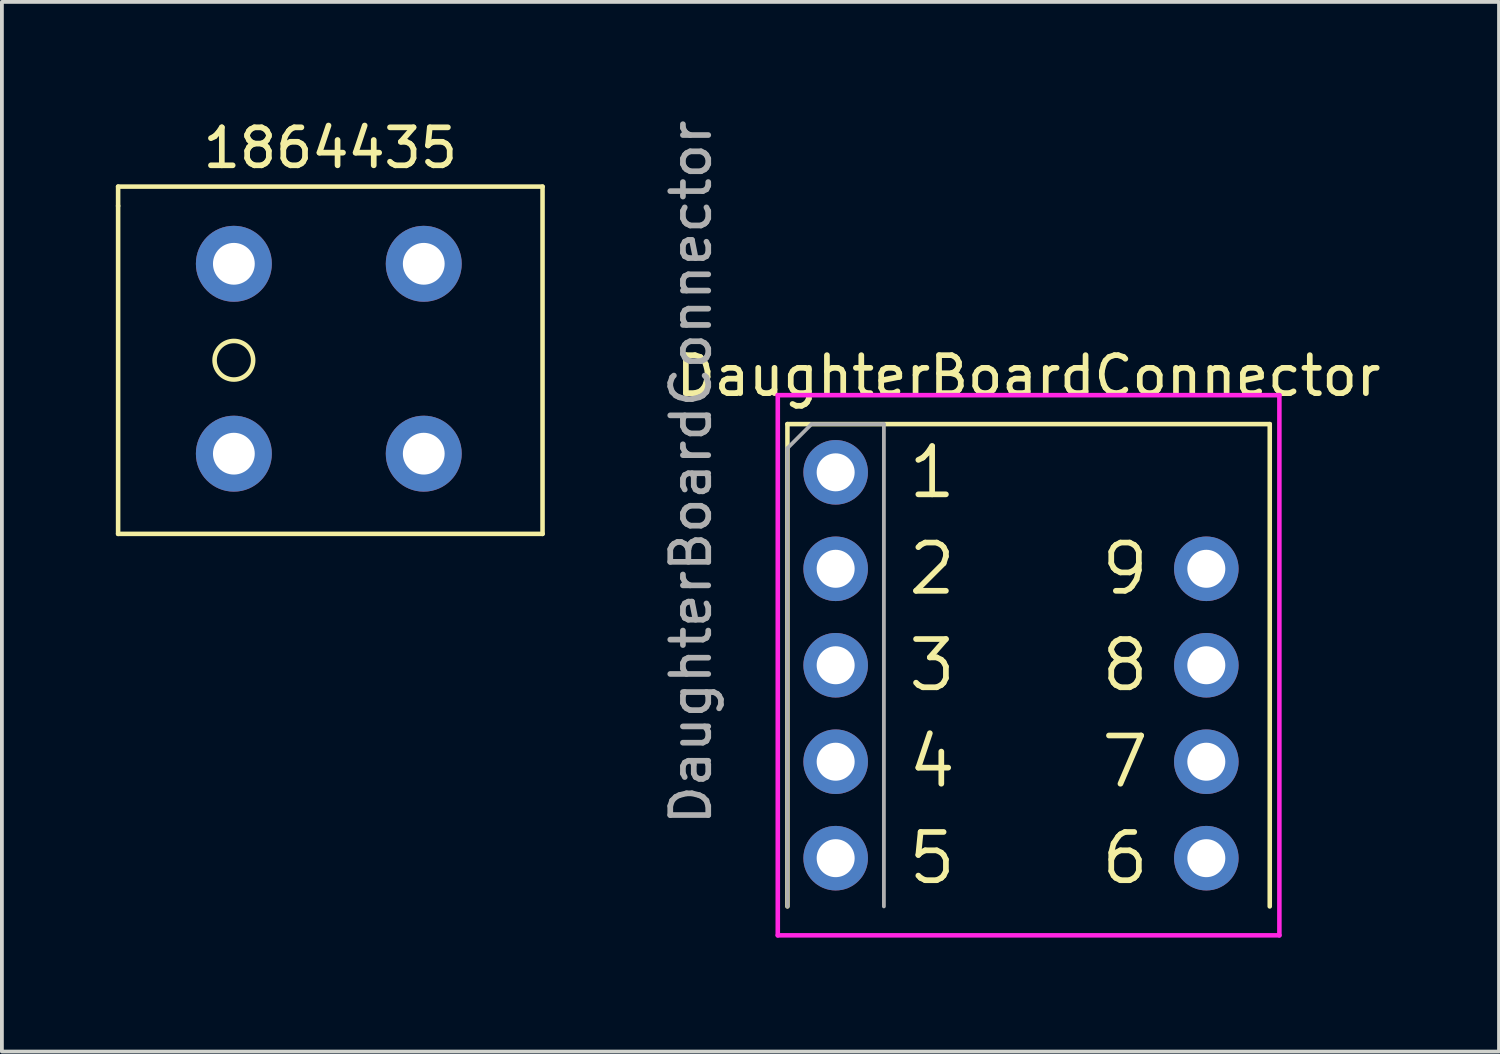
<source format=kicad_pcb>
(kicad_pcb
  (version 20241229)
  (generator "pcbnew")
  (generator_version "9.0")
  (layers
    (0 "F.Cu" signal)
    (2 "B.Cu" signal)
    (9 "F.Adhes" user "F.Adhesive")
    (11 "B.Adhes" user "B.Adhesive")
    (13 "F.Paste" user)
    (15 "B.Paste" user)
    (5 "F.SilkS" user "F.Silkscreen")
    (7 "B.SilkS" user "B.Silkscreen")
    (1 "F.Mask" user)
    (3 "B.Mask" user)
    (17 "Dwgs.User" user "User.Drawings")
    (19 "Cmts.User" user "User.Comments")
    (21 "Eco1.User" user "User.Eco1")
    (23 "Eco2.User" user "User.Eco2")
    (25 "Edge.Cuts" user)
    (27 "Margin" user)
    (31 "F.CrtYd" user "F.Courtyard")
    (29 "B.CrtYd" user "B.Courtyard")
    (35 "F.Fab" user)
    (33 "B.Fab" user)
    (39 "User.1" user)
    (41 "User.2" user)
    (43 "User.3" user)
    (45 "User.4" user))
  (footprint "DaughterBoardConnector"
    (layer "F.Cu")
    (at 18.954 9.387)
    (property "Reference" "DaughterBoardConnector" (at 5.08 -2.54 0) (layer "F.SilkS") (effects (font (size 1 1) (thickness 0.15))))
    (attr through_hole)
    (fp_line (start -1.27 -1.27) (end -1.27 11.43) (stroke (width 0.12) (type solid)) (layer "F.SilkS"))
    (fp_line (start -1.27 -1.27) (end 11.43 -1.27) (stroke (width 0.12) (type solid)) (layer "F.SilkS"))
    (fp_line (start 11.43 -1.27) (end 11.43 11.43) (stroke (width 0.12) (type solid)) (layer "F.SilkS"))
    (fp_line (start -1.524 -2.032) (end -1.524 12.192) (stroke (width 0.12) (type solid)) (layer "F.CrtYd"))
    (fp_line (start -1.524 -2.032) (end 11.684 -2.032) (stroke (width 0.12) (type solid)) (layer "F.CrtYd"))
    (fp_line (start 11.684 -2.032) (end 11.684 12.192) (stroke (width 0.12) (type solid)) (layer "F.CrtYd"))
    (fp_line (start 11.684 12.192) (end -1.524 12.192) (stroke (width 0.12) (type solid)) (layer "F.CrtYd"))
    (fp_line (start -1.27 -0.635) (end -0.635 -1.27) (stroke (width 0.1) (type solid)) (layer "F.Fab"))
    (fp_line (start -1.27 11.43) (end -1.27 -0.635) (stroke (width 0.1) (type solid)) (layer "F.Fab"))
    (fp_line (start -0.635 -1.27) (end 1.27 -1.27) (stroke (width 0.1) (type solid)) (layer "F.Fab"))
    (fp_line (start 1.27 -1.27) (end 1.27 11.43) (stroke (width 0.1) (type solid)) (layer "F.Fab"))
    (fp_text user "2" (at 2.54 2.54 0) (layer "F.SilkS") (effects (font (size 1.27 1.27) (thickness 0.15))))
    (fp_text user "4" (at 2.54 7.62 0) (layer "F.SilkS") (effects (font (size 1.27 1.27) (thickness 0.15))))
    (fp_text user "1" (at 2.54 0 0) (layer "F.SilkS") (effects (font (size 1.27 1.27) (thickness 0.15))))
    (fp_text user "8" (at 7.62 5.08 0) (layer "F.SilkS") (effects (font (size 1.27 1.27) (thickness 0.15))))
    (fp_text user "5" (at 2.54 10.16 0) (layer "F.SilkS") (effects (font (size 1.27 1.27) (thickness 0.15))))
    (fp_text user "3" (at 2.54 5.08 0) (layer "F.SilkS") (effects (font (size 1.27 1.27) (thickness 0.15))))
    (fp_text user "6" (at 7.62 10.16 0) (layer "F.SilkS") (effects (font (size 1.27 1.27) (thickness 0.15))))
    (fp_text user "7" (at 7.62 7.62 0) (layer "F.SilkS") (effects (font (size 1.27 1.27) (thickness 0.15))))
    (fp_text user "9" (at 7.62 2.54 0) (layer "F.SilkS") (effects (font (size 1.27 1.27) (thickness 0.15))))
    (fp_text user "${REFERENCE}" (at -3.81 0 90) (layer "F.Fab") (effects (font (size 1 1) (thickness 0.15))))
    (pad "1" thru_hole oval (at 0 0) (size 1.7 1.7) (drill 1) (layers "*.Cu" "*.Mask"))
    (pad "2" thru_hole oval (at 0 2.54) (size 1.7 1.7) (drill 1) (layers "*.Cu" "*.Mask"))
    (pad "3" thru_hole oval (at 0 5.08) (size 1.7 1.7) (drill 1) (layers "*.Cu" "*.Mask"))
    (pad "4" thru_hole oval (at 0 7.62) (size 1.7 1.7) (drill 1) (layers "*.Cu" "*.Mask"))
    (pad "5" thru_hole oval (at 0 10.16) (size 1.7 1.7) (drill 1) (layers "*.Cu" "*.Mask"))
    (pad "6" thru_hole oval (at 9.76 10.16) (size 1.7 1.7) (drill 1) (layers "*.Cu" "*.Mask"))
    (pad "7" thru_hole oval (at 9.76 7.62) (size 1.7 1.7) (drill 1) (layers "*.Cu" "*.Mask"))
    (pad "8" thru_hole oval (at 9.76 5.08) (size 1.7 1.7) (drill 1) (layers "*.Cu" "*.Mask"))
    (pad "9" thru_hole oval (at 9.76 2.54) (size 1.7 1.7) (drill 1) (layers "*.Cu" "*.Mask")))
  (footprint "1864435"
    (layer "F.Cu")
    (at 5.648 0.848)
    (property "Reference" "1864435" (at 0 0 0) (layer "F.SilkS") (effects (font (size 1 1) (thickness 0.15))))
    (attr through_hole)
    (fp_line (start -5.588 1.016) (end -5.588 1.524) (stroke (width 0.12) (type solid)) (layer "F.SilkS"))
    (fp_line (start -5.588 1.524) (end -5.588 10.16) (stroke (width 0.12) (type solid)) (layer "F.SilkS"))
    (fp_line (start -5.588 10.16) (end 5.588 10.16) (stroke (width 0.12) (type solid)) (layer "F.SilkS"))
    (fp_line (start 5.588 1.016) (end -5.588 1.016) (stroke (width 0.12) (type solid)) (layer "F.SilkS"))
    (fp_line (start 5.588 10.16) (end 5.588 1.016) (stroke (width 0.12) (type solid)) (layer "F.SilkS"))
    (fp_circle (center -2.54 5.588) (end -2.032 5.588) (stroke (width 0.12) (type solid)) (fill no) (layer "F.SilkS"))
    (pad "1" thru_hole circle (at -2.54 3.048) (size 2 2) (drill 1.1) (layers "*.Cu" "*.Mask"))
    (pad "1" thru_hole circle (at -2.54 8.048) (size 2 2) (drill 1.1) (layers "*.Cu" "*.Mask"))
    (pad "2" thru_hole circle (at 2.46 3.048) (size 2 2) (drill 1.1) (layers "*.Cu" "*.Mask"))
    (pad "2" thru_hole circle (at 2.46 8.048) (size 2 2) (drill 1.1) (layers "*.Cu" "*.Mask")))
  (gr_rect
    (start -3 -3)
    (end 36.421 24.639)
    (stroke (width 0.1) (type default))
    (fill no)
    (layer "Edge.Cuts")))
</source>
